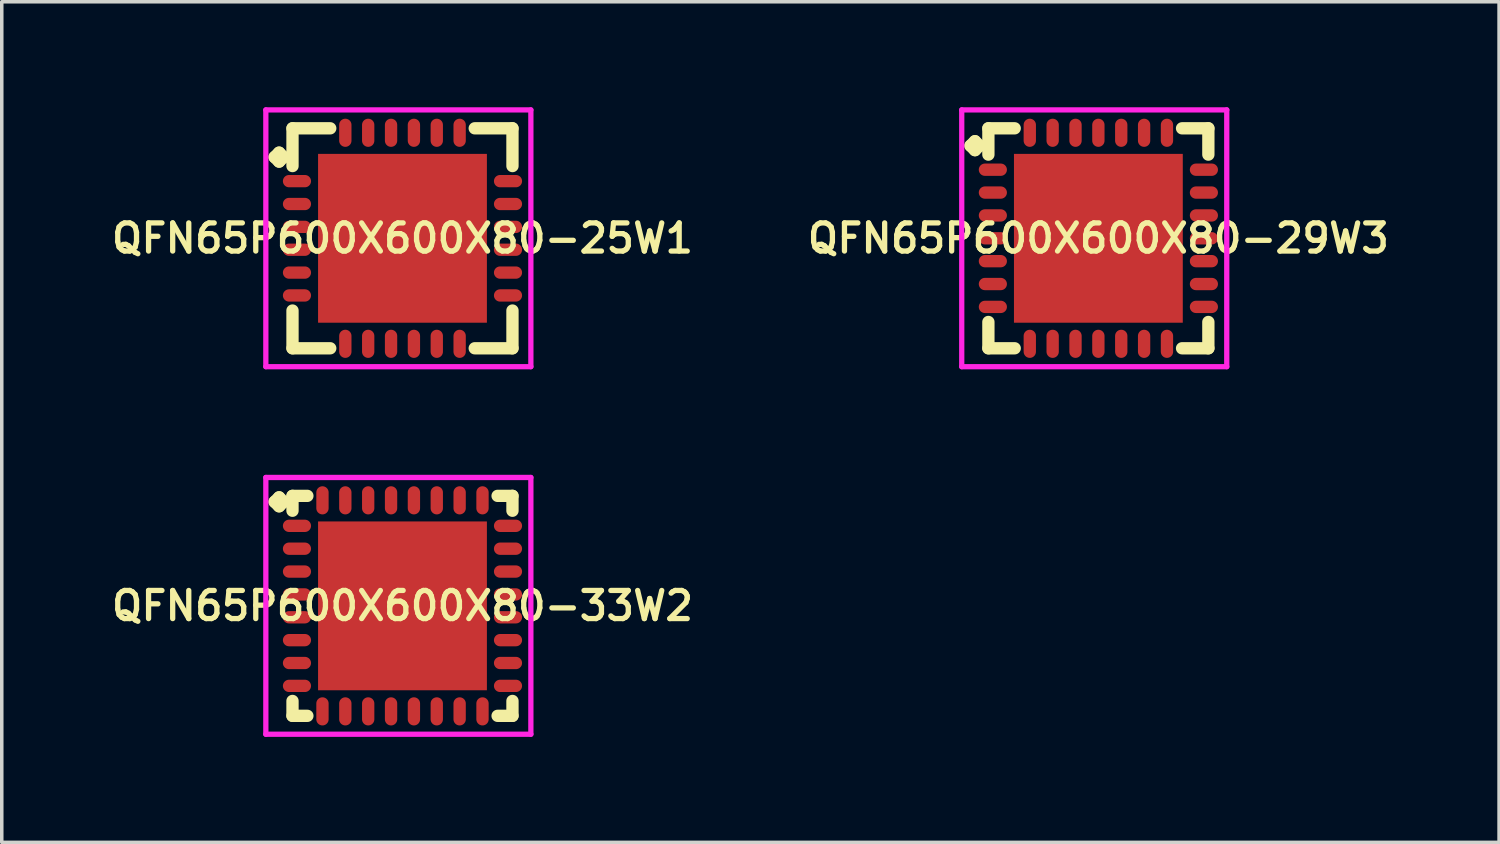
<source format=kicad_pcb>
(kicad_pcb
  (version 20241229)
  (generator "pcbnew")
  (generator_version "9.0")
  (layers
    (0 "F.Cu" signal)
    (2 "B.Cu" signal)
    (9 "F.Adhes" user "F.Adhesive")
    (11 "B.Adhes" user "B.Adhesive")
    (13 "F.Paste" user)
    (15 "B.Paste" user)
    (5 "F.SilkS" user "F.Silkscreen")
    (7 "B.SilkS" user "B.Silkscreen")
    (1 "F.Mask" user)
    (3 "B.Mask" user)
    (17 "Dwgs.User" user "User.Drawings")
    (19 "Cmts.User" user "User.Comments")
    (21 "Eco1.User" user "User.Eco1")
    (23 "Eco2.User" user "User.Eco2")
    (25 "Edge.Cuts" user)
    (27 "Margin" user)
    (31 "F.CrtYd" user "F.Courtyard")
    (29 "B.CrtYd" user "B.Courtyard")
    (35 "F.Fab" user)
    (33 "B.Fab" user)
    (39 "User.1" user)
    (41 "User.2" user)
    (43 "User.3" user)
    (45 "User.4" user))
  (footprint "QFN65P600X600X80-33W2"
    (layer "F.Cu")
    (at 8.393 14.175)
    (property "Reference" "QFN65P600X600X80-33W2" (at 0 0 0) (layer "F.SilkS") (effects (font (size 0.8 0.8) (thickness 0.15))))
    (attr smd)
    (fp_line (start -3.635 -2.958) (end -3.508 -3.085) (stroke (width 0.35) (type solid)) (layer "F.SilkS"))
    (fp_line (start -3.508 -3.085) (end -3.381 -2.958) (stroke (width 0.35) (type solid)) (layer "F.SilkS"))
    (fp_line (start -3.508 -2.831) (end -3.635 -2.958) (stroke (width 0.35) (type solid)) (layer "F.SilkS"))
    (fp_line (start -3.381 -2.958) (end -3.508 -2.831) (stroke (width 0.35) (type solid)) (layer "F.SilkS"))
    (fp_line (start -3.127 -3.127) (end -2.704 -3.127) (stroke (width 0.35) (type solid)) (layer "F.SilkS"))
    (fp_line (start -3.127 -2.704) (end -3.127 -3.127) (stroke (width 0.35) (type solid)) (layer "F.SilkS"))
    (fp_line (start -3.127 2.704) (end -3.127 3.127) (stroke (width 0.35) (type solid)) (layer "F.SilkS"))
    (fp_line (start -3.127 3.127) (end -2.704 3.127) (stroke (width 0.35) (type solid)) (layer "F.SilkS"))
    (fp_line (start 2.704 -3.127) (end 3.127 -3.127) (stroke (width 0.35) (type solid)) (layer "F.SilkS"))
    (fp_line (start 2.704 3.127) (end 3.127 3.127) (stroke (width 0.35) (type solid)) (layer "F.SilkS"))
    (fp_line (start 3.127 -3.127) (end 3.127 -2.704) (stroke (width 0.35) (type solid)) (layer "F.SilkS"))
    (fp_line (start 3.127 3.127) (end 3.127 2.704) (stroke (width 0.35) (type solid)) (layer "F.SilkS"))
    (fp_line (start -3.885 -3.65) (end 3.65 -3.65) (stroke (width 0.15) (type solid)) (layer "F.CrtYd"))
    (fp_line (start -3.885 3.65) (end -3.885 -3.65) (stroke (width 0.15) (type solid)) (layer "F.CrtYd"))
    (fp_line (start 3.65 -3.65) (end 3.65 3.65) (stroke (width 0.15) (type solid)) (layer "F.CrtYd"))
    (fp_line (start 3.65 3.65) (end -3.885 3.65) (stroke (width 0.15) (type solid)) (layer "F.CrtYd"))
    (pad "1" smd oval (at -3 -2.275) (size 0.8 0.35) (layers "F.Cu" "F.Mask" "F.Paste"))
    (pad "2" smd oval (at -3 -1.625) (size 0.8 0.35) (layers "F.Cu" "F.Mask" "F.Paste"))
    (pad "3" smd oval (at -3 -0.975) (size 0.8 0.35) (layers "F.Cu" "F.Mask" "F.Paste"))
    (pad "4" smd oval (at -3 -0.325) (size 0.8 0.35) (layers "F.Cu" "F.Mask" "F.Paste"))
    (pad "5" smd oval (at -3 0.325) (size 0.8 0.35) (layers "F.Cu" "F.Mask" "F.Paste"))
    (pad "6" smd oval (at -3 0.975) (size 0.8 0.35) (layers "F.Cu" "F.Mask" "F.Paste"))
    (pad "7" smd oval (at -3 1.625) (size 0.8 0.35) (layers "F.Cu" "F.Mask" "F.Paste"))
    (pad "8" smd oval (at -3 2.275) (size 0.8 0.35) (layers "F.Cu" "F.Mask" "F.Paste"))
    (pad "9" smd oval (at -2.275 3) (size 0.35 0.8) (layers "F.Cu" "F.Mask" "F.Paste"))
    (pad "10" smd oval (at -1.625 3) (size 0.35 0.8) (layers "F.Cu" "F.Mask" "F.Paste"))
    (pad "11" smd oval (at -0.975 3) (size 0.35 0.8) (layers "F.Cu" "F.Mask" "F.Paste"))
    (pad "12" smd oval (at -0.325 3) (size 0.35 0.8) (layers "F.Cu" "F.Mask" "F.Paste"))
    (pad "13" smd oval (at 0.325 3) (size 0.35 0.8) (layers "F.Cu" "F.Mask" "F.Paste"))
    (pad "14" smd oval (at 0.975 3) (size 0.35 0.8) (layers "F.Cu" "F.Mask" "F.Paste"))
    (pad "15" smd oval (at 1.625 3) (size 0.35 0.8) (layers "F.Cu" "F.Mask" "F.Paste"))
    (pad "16" smd oval (at 2.275 3) (size 0.35 0.8) (layers "F.Cu" "F.Mask" "F.Paste"))
    (pad "17" smd oval (at 3 2.275) (size 0.8 0.35) (layers "F.Cu" "F.Mask" "F.Paste"))
    (pad "18" smd oval (at 3 1.625) (size 0.8 0.35) (layers "F.Cu" "F.Mask" "F.Paste"))
    (pad "19" smd oval (at 3 0.975) (size 0.8 0.35) (layers "F.Cu" "F.Mask" "F.Paste"))
    (pad "20" smd oval (at 3 0.325) (size 0.8 0.35) (layers "F.Cu" "F.Mask" "F.Paste"))
    (pad "21" smd oval (at 3 -0.325) (size 0.8 0.35) (layers "F.Cu" "F.Mask" "F.Paste"))
    (pad "22" smd oval (at 3 -0.975) (size 0.8 0.35) (layers "F.Cu" "F.Mask" "F.Paste"))
    (pad "23" smd oval (at 3 -1.625) (size 0.8 0.35) (layers "F.Cu" "F.Mask" "F.Paste"))
    (pad "24" smd oval (at 3 -2.275) (size 0.8 0.35) (layers "F.Cu" "F.Mask" "F.Paste"))
    (pad "25" smd oval (at 2.275 -3) (size 0.35 0.8) (layers "F.Cu" "F.Mask" "F.Paste"))
    (pad "26" smd oval (at 1.625 -3) (size 0.35 0.8) (layers "F.Cu" "F.Mask" "F.Paste"))
    (pad "27" smd oval (at 0.975 -3) (size 0.35 0.8) (layers "F.Cu" "F.Mask" "F.Paste"))
    (pad "28" smd oval (at 0.325 -3) (size 0.35 0.8) (layers "F.Cu" "F.Mask" "F.Paste"))
    (pad "29" smd oval (at -0.325 -3) (size 0.35 0.8) (layers "F.Cu" "F.Mask" "F.Paste"))
    (pad "30" smd oval (at -0.975 -3) (size 0.35 0.8) (layers "F.Cu" "F.Mask" "F.Paste"))
    (pad "31" smd oval (at -1.625 -3) (size 0.35 0.8) (layers "F.Cu" "F.Mask" "F.Paste"))
    (pad "32" smd oval (at -2.275 -3) (size 0.35 0.8) (layers "F.Cu" "F.Mask" "F.Paste"))
    (pad "33" smd rect (at 0 0) (size 4.8 4.8) (layers "F.Cu" "F.Mask" "F.Paste")))
  (footprint "QFN65P600X600X80-25W1"
    (layer "F.Cu")
    (at 8.393 3.725)
    (property "Reference" "QFN65P600X600X80-25W1" (at 0 0 0) (layer "F.SilkS") (effects (font (size 0.8 0.8) (thickness 0.15))))
    (attr smd)
    (fp_line (start -3.635 -2.308) (end -3.508 -2.435) (stroke (width 0.35) (type solid)) (layer "F.SilkS"))
    (fp_line (start -3.508 -2.435) (end -3.381 -2.308) (stroke (width 0.35) (type solid)) (layer "F.SilkS"))
    (fp_line (start -3.508 -2.181) (end -3.635 -2.308) (stroke (width 0.35) (type solid)) (layer "F.SilkS"))
    (fp_line (start -3.381 -2.308) (end -3.508 -2.181) (stroke (width 0.35) (type solid)) (layer "F.SilkS"))
    (fp_line (start -3.127 -3.127) (end -2.054 -3.127) (stroke (width 0.35) (type solid)) (layer "F.SilkS"))
    (fp_line (start -3.127 -2.054) (end -3.127 -3.127) (stroke (width 0.35) (type solid)) (layer "F.SilkS"))
    (fp_line (start -3.127 2.054) (end -3.127 3.127) (stroke (width 0.35) (type solid)) (layer "F.SilkS"))
    (fp_line (start -3.127 3.127) (end -2.054 3.127) (stroke (width 0.35) (type solid)) (layer "F.SilkS"))
    (fp_line (start 2.054 -3.127) (end 3.127 -3.127) (stroke (width 0.35) (type solid)) (layer "F.SilkS"))
    (fp_line (start 2.054 3.127) (end 3.127 3.127) (stroke (width 0.35) (type solid)) (layer "F.SilkS"))
    (fp_line (start 3.127 -3.127) (end 3.127 -2.054) (stroke (width 0.35) (type solid)) (layer "F.SilkS"))
    (fp_line (start 3.127 3.127) (end 3.127 2.054) (stroke (width 0.35) (type solid)) (layer "F.SilkS"))
    (fp_line (start -3.885 -3.65) (end 3.65 -3.65) (stroke (width 0.15) (type solid)) (layer "F.CrtYd"))
    (fp_line (start -3.885 3.65) (end -3.885 -3.65) (stroke (width 0.15) (type solid)) (layer "F.CrtYd"))
    (fp_line (start 3.65 -3.65) (end 3.65 3.65) (stroke (width 0.15) (type solid)) (layer "F.CrtYd"))
    (fp_line (start 3.65 3.65) (end -3.885 3.65) (stroke (width 0.15) (type solid)) (layer "F.CrtYd"))
    (pad "1" smd oval (at -3 -1.625) (size 0.8 0.35) (layers "F.Cu" "F.Mask" "F.Paste"))
    (pad "2" smd oval (at -3 -0.975) (size 0.8 0.35) (layers "F.Cu" "F.Mask" "F.Paste"))
    (pad "3" smd oval (at -3 -0.325) (size 0.8 0.35) (layers "F.Cu" "F.Mask" "F.Paste"))
    (pad "4" smd oval (at -3 0.325) (size 0.8 0.35) (layers "F.Cu" "F.Mask" "F.Paste"))
    (pad "5" smd oval (at -3 0.975) (size 0.8 0.35) (layers "F.Cu" "F.Mask" "F.Paste"))
    (pad "6" smd oval (at -3 1.625) (size 0.8 0.35) (layers "F.Cu" "F.Mask" "F.Paste"))
    (pad "7" smd oval (at -1.625 3) (size 0.35 0.8) (layers "F.Cu" "F.Mask" "F.Paste"))
    (pad "8" smd oval (at -0.975 3) (size 0.35 0.8) (layers "F.Cu" "F.Mask" "F.Paste"))
    (pad "9" smd oval (at -0.325 3) (size 0.35 0.8) (layers "F.Cu" "F.Mask" "F.Paste"))
    (pad "10" smd oval (at 0.325 3) (size 0.35 0.8) (layers "F.Cu" "F.Mask" "F.Paste"))
    (pad "11" smd oval (at 0.975 3) (size 0.35 0.8) (layers "F.Cu" "F.Mask" "F.Paste"))
    (pad "12" smd oval (at 1.625 3) (size 0.35 0.8) (layers "F.Cu" "F.Mask" "F.Paste"))
    (pad "13" smd oval (at 3 1.625) (size 0.8 0.35) (layers "F.Cu" "F.Mask" "F.Paste"))
    (pad "14" smd oval (at 3 0.975) (size 0.8 0.35) (layers "F.Cu" "F.Mask" "F.Paste"))
    (pad "15" smd oval (at 3 0.325) (size 0.8 0.35) (layers "F.Cu" "F.Mask" "F.Paste"))
    (pad "16" smd oval (at 3 -0.325) (size 0.8 0.35) (layers "F.Cu" "F.Mask" "F.Paste"))
    (pad "17" smd oval (at 3 -0.975) (size 0.8 0.35) (layers "F.Cu" "F.Mask" "F.Paste"))
    (pad "18" smd oval (at 3 -1.625) (size 0.8 0.35) (layers "F.Cu" "F.Mask" "F.Paste"))
    (pad "19" smd oval (at 1.625 -3) (size 0.35 0.8) (layers "F.Cu" "F.Mask" "F.Paste"))
    (pad "20" smd oval (at 0.975 -3) (size 0.35 0.8) (layers "F.Cu" "F.Mask" "F.Paste"))
    (pad "21" smd oval (at 0.325 -3) (size 0.35 0.8) (layers "F.Cu" "F.Mask" "F.Paste"))
    (pad "22" smd oval (at -0.325 -3) (size 0.35 0.8) (layers "F.Cu" "F.Mask" "F.Paste"))
    (pad "23" smd oval (at -0.975 -3) (size 0.35 0.8) (layers "F.Cu" "F.Mask" "F.Paste"))
    (pad "24" smd oval (at -1.625 -3) (size 0.35 0.8) (layers "F.Cu" "F.Mask" "F.Paste"))
    (pad "25" smd rect (at 0 0) (size 4.8 4.8) (layers "F.Cu" "F.Mask" "F.Paste")))
  (footprint "QFN65P600X600X80-29W3"
    (layer "F.Cu")
    (at 28.178 3.725)
    (property "Reference" "QFN65P600X600X80-29W3" (at 0 0 0) (layer "F.SilkS") (effects (font (size 0.8 0.8) (thickness 0.15))))
    (attr smd)
    (fp_line (start -3.635 -2.633) (end -3.508 -2.76) (stroke (width 0.35) (type solid)) (layer "F.SilkS"))
    (fp_line (start -3.508 -2.76) (end -3.381 -2.633) (stroke (width 0.35) (type solid)) (layer "F.SilkS"))
    (fp_line (start -3.508 -2.506) (end -3.635 -2.633) (stroke (width 0.35) (type solid)) (layer "F.SilkS"))
    (fp_line (start -3.381 -2.633) (end -3.508 -2.506) (stroke (width 0.35) (type solid)) (layer "F.SilkS"))
    (fp_line (start -3.127 -3.127) (end -2.379 -3.127) (stroke (width 0.35) (type solid)) (layer "F.SilkS"))
    (fp_line (start -3.127 -2.379) (end -3.127 -3.127) (stroke (width 0.35) (type solid)) (layer "F.SilkS"))
    (fp_line (start -3.127 2.379) (end -3.127 3.127) (stroke (width 0.35) (type solid)) (layer "F.SilkS"))
    (fp_line (start -3.127 3.127) (end -2.379 3.127) (stroke (width 0.35) (type solid)) (layer "F.SilkS"))
    (fp_line (start 2.379 -3.127) (end 3.127 -3.127) (stroke (width 0.35) (type solid)) (layer "F.SilkS"))
    (fp_line (start 2.379 3.127) (end 3.127 3.127) (stroke (width 0.35) (type solid)) (layer "F.SilkS"))
    (fp_line (start 3.127 -3.127) (end 3.127 -2.379) (stroke (width 0.35) (type solid)) (layer "F.SilkS"))
    (fp_line (start 3.127 3.127) (end 3.127 2.379) (stroke (width 0.35) (type solid)) (layer "F.SilkS"))
    (fp_line (start -3.885 -3.65) (end 3.65 -3.65) (stroke (width 0.15) (type solid)) (layer "F.CrtYd"))
    (fp_line (start -3.885 3.65) (end -3.885 -3.65) (stroke (width 0.15) (type solid)) (layer "F.CrtYd"))
    (fp_line (start 3.65 -3.65) (end 3.65 3.65) (stroke (width 0.15) (type solid)) (layer "F.CrtYd"))
    (fp_line (start 3.65 3.65) (end -3.885 3.65) (stroke (width 0.15) (type solid)) (layer "F.CrtYd"))
    (pad "1" smd oval (at -3 -1.95) (size 0.8 0.35) (layers "F.Cu" "F.Mask" "F.Paste"))
    (pad "2" smd oval (at -3 -1.3) (size 0.8 0.35) (layers "F.Cu" "F.Mask" "F.Paste"))
    (pad "3" smd oval (at -3 -0.65) (size 0.8 0.35) (layers "F.Cu" "F.Mask" "F.Paste"))
    (pad "4" smd oval (at -3 0) (size 0.8 0.35) (layers "F.Cu" "F.Mask" "F.Paste"))
    (pad "5" smd oval (at -3 0.65) (size 0.8 0.35) (layers "F.Cu" "F.Mask" "F.Paste"))
    (pad "6" smd oval (at -3 1.3) (size 0.8 0.35) (layers "F.Cu" "F.Mask" "F.Paste"))
    (pad "7" smd oval (at -3 1.95) (size 0.8 0.35) (layers "F.Cu" "F.Mask" "F.Paste"))
    (pad "8" smd oval (at -1.95 3) (size 0.35 0.8) (layers "F.Cu" "F.Mask" "F.Paste"))
    (pad "9" smd oval (at -1.3 3) (size 0.35 0.8) (layers "F.Cu" "F.Mask" "F.Paste"))
    (pad "10" smd oval (at -0.65 3) (size 0.35 0.8) (layers "F.Cu" "F.Mask" "F.Paste"))
    (pad "11" smd oval (at 0 3) (size 0.35 0.8) (layers "F.Cu" "F.Mask" "F.Paste"))
    (pad "12" smd oval (at 0.65 3) (size 0.35 0.8) (layers "F.Cu" "F.Mask" "F.Paste"))
    (pad "13" smd oval (at 1.3 3) (size 0.35 0.8) (layers "F.Cu" "F.Mask" "F.Paste"))
    (pad "14" smd oval (at 1.95 3) (size 0.35 0.8) (layers "F.Cu" "F.Mask" "F.Paste"))
    (pad "15" smd oval (at 3 1.95) (size 0.8 0.35) (layers "F.Cu" "F.Mask" "F.Paste"))
    (pad "16" smd oval (at 3 1.3) (size 0.8 0.35) (layers "F.Cu" "F.Mask" "F.Paste"))
    (pad "17" smd oval (at 3 0.65) (size 0.8 0.35) (layers "F.Cu" "F.Mask" "F.Paste"))
    (pad "18" smd oval (at 3 0) (size 0.8 0.35) (layers "F.Cu" "F.Mask" "F.Paste"))
    (pad "19" smd oval (at 3 -0.65) (size 0.8 0.35) (layers "F.Cu" "F.Mask" "F.Paste"))
    (pad "20" smd oval (at 3 -1.3) (size 0.8 0.35) (layers "F.Cu" "F.Mask" "F.Paste"))
    (pad "21" smd oval (at 3 -1.95) (size 0.8 0.35) (layers "F.Cu" "F.Mask" "F.Paste"))
    (pad "22" smd oval (at 1.95 -3) (size 0.35 0.8) (layers "F.Cu" "F.Mask" "F.Paste"))
    (pad "23" smd oval (at 1.3 -3) (size 0.35 0.8) (layers "F.Cu" "F.Mask" "F.Paste"))
    (pad "24" smd oval (at 0.65 -3) (size 0.35 0.8) (layers "F.Cu" "F.Mask" "F.Paste"))
    (pad "25" smd oval (at 0 -3) (size 0.35 0.8) (layers "F.Cu" "F.Mask" "F.Paste"))
    (pad "26" smd oval (at -0.65 -3) (size 0.35 0.8) (layers "F.Cu" "F.Mask" "F.Paste"))
    (pad "27" smd oval (at -1.3 -3) (size 0.35 0.8) (layers "F.Cu" "F.Mask" "F.Paste"))
    (pad "28" smd oval (at -1.95 -3) (size 0.35 0.8) (layers "F.Cu" "F.Mask" "F.Paste"))
    (pad "29" smd rect (at 0 0) (size 4.8 4.8) (layers "F.Cu" "F.Mask" "F.Paste")))
  (gr_rect
    (start -3 -3)
    (end 39.57 20.9)
    (stroke (width 0.1) (type default))
    (fill no)
    (layer "Edge.Cuts")))
</source>
